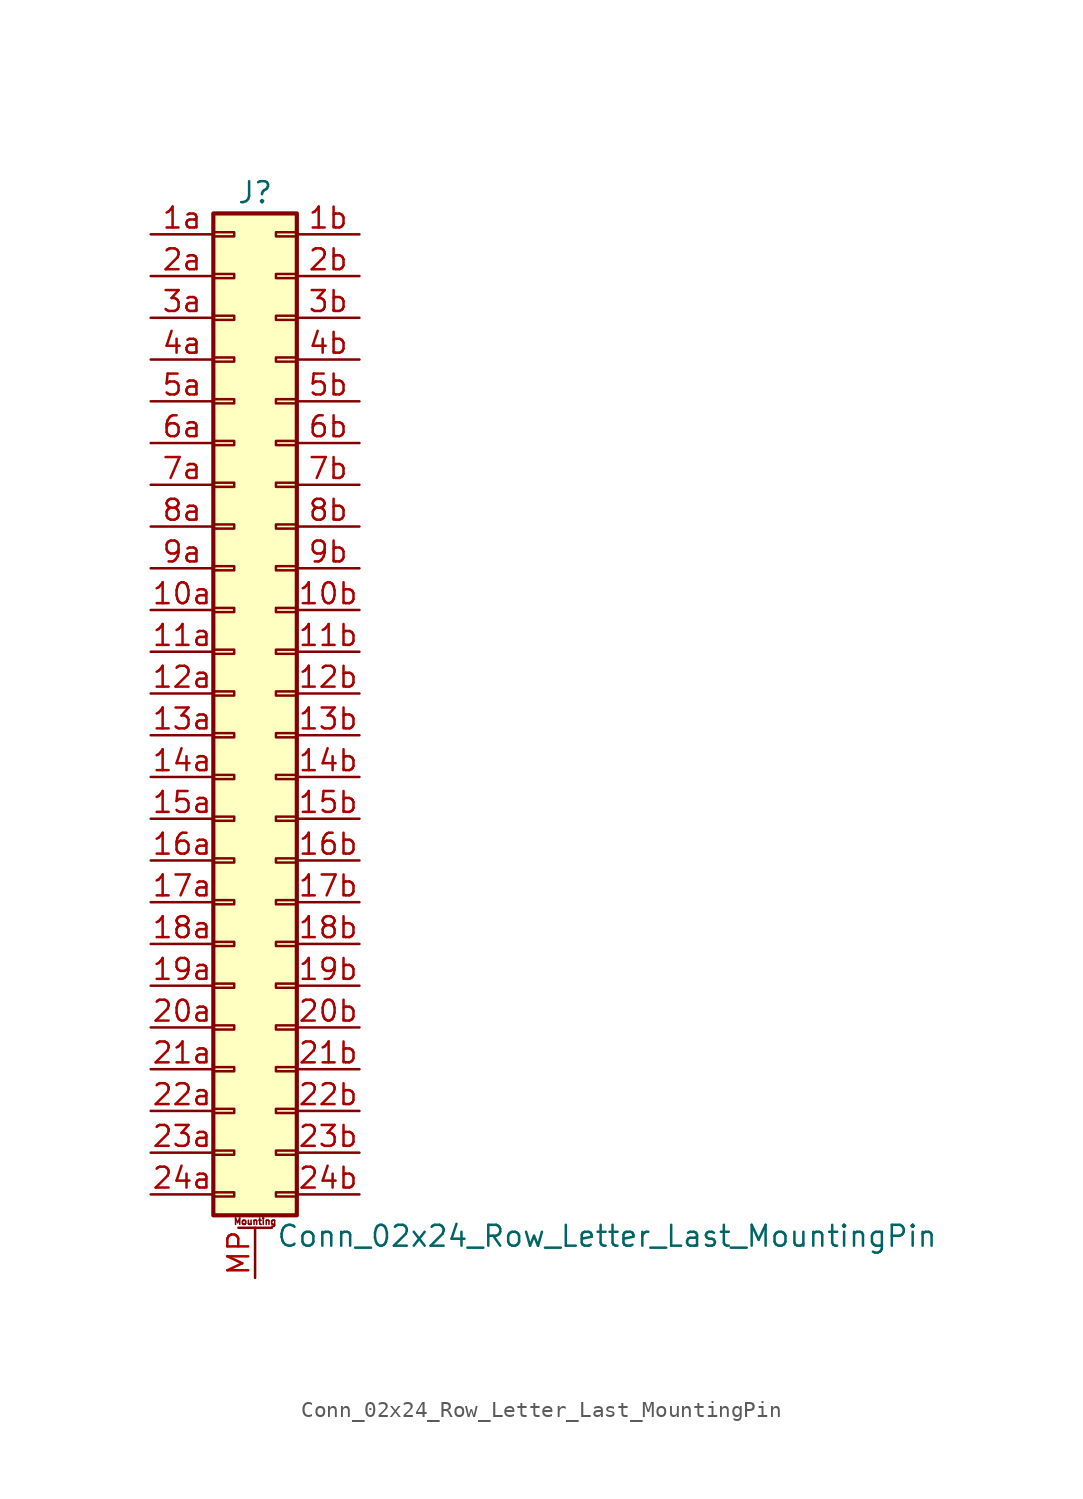
<source format=kicad_sym>
(kicad_symbol_lib
  (version 20201005)
  (generator kicad_symbol_editor)
  (symbol "Conn_02x24_Row_Letter_Last_MountingPin"
    (pin_names
      (offset 1.016) hide)
    (property "Reference" "J"
      (at 1.27 30.48 0)
      (effects (font (size 1.27 1.27))))
    (property "Value" "Conn_02x24_Row_Letter_Last_MountingPin"
      (at 2.54 -33.02 0)
      (effects (font (size 1.27 1.27)) (justify left)))
    (symbol "Conn_02x24_Row_Letter_Last_MountingPin_1_1"
      (text "Mounting" (at 1.27 -32.131 0) (effects (font (size 0.381 0.381))))
      (rectangle (start -1.27 -30.353) (end 0 -30.607) (stroke (width 0.152)) (fill (type none)))
      (rectangle (start -1.27 -27.813) (end 0 -28.067) (stroke (width 0.152)) (fill (type none)))
      (rectangle (start -1.27 -25.273) (end 0 -25.527) (stroke (width 0.152)) (fill (type none)))
      (rectangle (start -1.27 -22.733) (end 0 -22.987) (stroke (width 0.152)) (fill (type none)))
      (rectangle (start -1.27 -20.193) (end 0 -20.447) (stroke (width 0.152)) (fill (type none)))
      (rectangle (start -1.27 -17.653) (end 0 -17.907) (stroke (width 0.152)) (fill (type none)))
      (rectangle (start -1.27 -15.113) (end 0 -15.367) (stroke (width 0.152)) (fill (type none)))
      (rectangle (start -1.27 -12.573) (end 0 -12.827) (stroke (width 0.152)) (fill (type none)))
      (rectangle (start -1.27 -10.033) (end 0 -10.287) (stroke (width 0.152)) (fill (type none)))
      (rectangle (start -1.27 -7.493) (end 0 -7.747) (stroke (width 0.152)) (fill (type none)))
      (rectangle (start -1.27 -4.953) (end 0 -5.207) (stroke (width 0.152)) (fill (type none)))
      (rectangle (start -1.27 -2.413) (end 0 -2.667) (stroke (width 0.152)) (fill (type none)))
      (rectangle (start -1.27 0.127) (end 0 -0.127) (stroke (width 0.152)) (fill (type none)))
      (rectangle (start -1.27 2.667) (end 0 2.413) (stroke (width 0.152)) (fill (type none)))
      (rectangle (start -1.27 5.207) (end 0 4.953) (stroke (width 0.152)) (fill (type none)))
      (rectangle (start -1.27 7.747) (end 0 7.493) (stroke (width 0.152)) (fill (type none)))
      (rectangle (start -1.27 10.287) (end 0 10.033) (stroke (width 0.152)) (fill (type none)))
      (rectangle (start -1.27 12.827) (end 0 12.573) (stroke (width 0.152)) (fill (type none)))
      (rectangle (start -1.27 15.367) (end 0 15.113) (stroke (width 0.152)) (fill (type none)))
      (rectangle (start -1.27 17.907) (end 0 17.653) (stroke (width 0.152)) (fill (type none)))
      (rectangle (start -1.27 20.447) (end 0 20.193) (stroke (width 0.152)) (fill (type none)))
      (rectangle (start -1.27 22.987) (end 0 22.733) (stroke (width 0.152)) (fill (type none)))
      (rectangle (start -1.27 25.527) (end 0 25.273) (stroke (width 0.152)) (fill (type none)))
      (rectangle (start -1.27 28.067) (end 0 27.813) (stroke (width 0.152)) (fill (type none)))
      (rectangle (start 3.81 -30.353) (end 2.54 -30.607) (stroke (width 0.152)) (fill (type none)))
      (rectangle (start 3.81 -27.813) (end 2.54 -28.067) (stroke (width 0.152)) (fill (type none)))
      (rectangle (start 3.81 -25.273) (end 2.54 -25.527) (stroke (width 0.152)) (fill (type none)))
      (rectangle (start 3.81 -22.733) (end 2.54 -22.987) (stroke (width 0.152)) (fill (type none)))
      (rectangle (start 3.81 -20.193) (end 2.54 -20.447) (stroke (width 0.152)) (fill (type none)))
      (rectangle (start 3.81 -17.653) (end 2.54 -17.907) (stroke (width 0.152)) (fill (type none)))
      (rectangle (start 3.81 -15.113) (end 2.54 -15.367) (stroke (width 0.152)) (fill (type none)))
      (rectangle (start 3.81 -12.573) (end 2.54 -12.827) (stroke (width 0.152)) (fill (type none)))
      (rectangle (start 3.81 -10.033) (end 2.54 -10.287) (stroke (width 0.152)) (fill (type none)))
      (rectangle (start 3.81 -7.493) (end 2.54 -7.747) (stroke (width 0.152)) (fill (type none)))
      (rectangle (start 3.81 -4.953) (end 2.54 -5.207) (stroke (width 0.152)) (fill (type none)))
      (rectangle (start 3.81 -2.413) (end 2.54 -2.667) (stroke (width 0.152)) (fill (type none)))
      (rectangle (start 3.81 0.127) (end 2.54 -0.127) (stroke (width 0.152)) (fill (type none)))
      (rectangle (start 3.81 2.667) (end 2.54 2.413) (stroke (width 0.152)) (fill (type none)))
      (rectangle (start 3.81 5.207) (end 2.54 4.953) (stroke (width 0.152)) (fill (type none)))
      (rectangle (start 3.81 7.747) (end 2.54 7.493) (stroke (width 0.152)) (fill (type none)))
      (rectangle (start 3.81 10.287) (end 2.54 10.033) (stroke (width 0.152)) (fill (type none)))
      (rectangle (start 3.81 12.827) (end 2.54 12.573) (stroke (width 0.152)) (fill (type none)))
      (rectangle (start 3.81 15.367) (end 2.54 15.113) (stroke (width 0.152)) (fill (type none)))
      (rectangle (start 3.81 17.907) (end 2.54 17.653) (stroke (width 0.152)) (fill (type none)))
      (rectangle (start 3.81 20.447) (end 2.54 20.193) (stroke (width 0.152)) (fill (type none)))
      (rectangle (start 3.81 22.987) (end 2.54 22.733) (stroke (width 0.152)) (fill (type none)))
      (rectangle (start 3.81 25.527) (end 2.54 25.273) (stroke (width 0.152)) (fill (type none)))
      (rectangle (start 3.81 28.067) (end 2.54 27.813) (stroke (width 0.152)) (fill (type none)))
      (rectangle (start -1.27 29.21) (end 3.81 -31.75) (stroke (width 0.254)) (fill (type background)))
      (polyline (pts (xy 0.254 -32.512) (xy 2.286 -32.512)) (stroke (width 0.152)) (fill (type none)))
      (pin passive line (at -5.08 5.08 0) (length 3.81) (name "Pin_10a" (effects (font (size 1.27 1.27)))) (number "10a" (effects (font (size 1.27 1.27)))))
      (pin passive line (at 7.62 5.08 180) (length 3.81) (name "Pin_10b" (effects (font (size 1.27 1.27)))) (number "10b" (effects (font (size 1.27 1.27)))))
      (pin passive line (at -5.08 2.54 0) (length 3.81) (name "Pin_11a" (effects (font (size 1.27 1.27)))) (number "11a" (effects (font (size 1.27 1.27)))))
      (pin passive line (at 7.62 2.54 180) (length 3.81) (name "Pin_11b" (effects (font (size 1.27 1.27)))) (number "11b" (effects (font (size 1.27 1.27)))))
      (pin passive line (at -5.08 0 0) (length 3.81) (name "Pin_12a" (effects (font (size 1.27 1.27)))) (number "12a" (effects (font (size 1.27 1.27)))))
      (pin passive line (at 7.62 0 180) (length 3.81) (name "Pin_12b" (effects (font (size 1.27 1.27)))) (number "12b" (effects (font (size 1.27 1.27)))))
      (pin passive line (at -5.08 -2.54 0) (length 3.81) (name "Pin_13a" (effects (font (size 1.27 1.27)))) (number "13a" (effects (font (size 1.27 1.27)))))
      (pin passive line (at 7.62 -2.54 180) (length 3.81) (name "Pin_13b" (effects (font (size 1.27 1.27)))) (number "13b" (effects (font (size 1.27 1.27)))))
      (pin passive line (at -5.08 -5.08 0) (length 3.81) (name "Pin_14a" (effects (font (size 1.27 1.27)))) (number "14a" (effects (font (size 1.27 1.27)))))
      (pin passive line (at 7.62 -5.08 180) (length 3.81) (name "Pin_14b" (effects (font (size 1.27 1.27)))) (number "14b" (effects (font (size 1.27 1.27)))))
      (pin passive line (at -5.08 -7.62 0) (length 3.81) (name "Pin_15a" (effects (font (size 1.27 1.27)))) (number "15a" (effects (font (size 1.27 1.27)))))
      (pin passive line (at 7.62 -7.62 180) (length 3.81) (name "Pin_15b" (effects (font (size 1.27 1.27)))) (number "15b" (effects (font (size 1.27 1.27)))))
      (pin passive line (at -5.08 -10.16 0) (length 3.81) (name "Pin_16a" (effects (font (size 1.27 1.27)))) (number "16a" (effects (font (size 1.27 1.27)))))
      (pin passive line (at 7.62 -10.16 180) (length 3.81) (name "Pin_16b" (effects (font (size 1.27 1.27)))) (number "16b" (effects (font (size 1.27 1.27)))))
      (pin passive line (at -5.08 -12.7 0) (length 3.81) (name "Pin_17a" (effects (font (size 1.27 1.27)))) (number "17a" (effects (font (size 1.27 1.27)))))
      (pin passive line (at 7.62 -12.7 180) (length 3.81) (name "Pin_17b" (effects (font (size 1.27 1.27)))) (number "17b" (effects (font (size 1.27 1.27)))))
      (pin passive line (at -5.08 -15.24 0) (length 3.81) (name "Pin_18a" (effects (font (size 1.27 1.27)))) (number "18a" (effects (font (size 1.27 1.27)))))
      (pin passive line (at 7.62 -15.24 180) (length 3.81) (name "Pin_18b" (effects (font (size 1.27 1.27)))) (number "18b" (effects (font (size 1.27 1.27)))))
      (pin passive line (at -5.08 -17.78 0) (length 3.81) (name "Pin_19a" (effects (font (size 1.27 1.27)))) (number "19a" (effects (font (size 1.27 1.27)))))
      (pin passive line (at 7.62 -17.78 180) (length 3.81) (name "Pin_19b" (effects (font (size 1.27 1.27)))) (number "19b" (effects (font (size 1.27 1.27)))))
      (pin passive line (at -5.08 27.94 0) (length 3.81) (name "Pin_1a" (effects (font (size 1.27 1.27)))) (number "1a" (effects (font (size 1.27 1.27)))))
      (pin passive line (at 7.62 27.94 180) (length 3.81) (name "Pin_1b" (effects (font (size 1.27 1.27)))) (number "1b" (effects (font (size 1.27 1.27)))))
      (pin passive line (at -5.08 -20.32 0) (length 3.81) (name "Pin_20a" (effects (font (size 1.27 1.27)))) (number "20a" (effects (font (size 1.27 1.27)))))
      (pin passive line (at 7.62 -20.32 180) (length 3.81) (name "Pin_20b" (effects (font (size 1.27 1.27)))) (number "20b" (effects (font (size 1.27 1.27)))))
      (pin passive line (at -5.08 -22.86 0) (length 3.81) (name "Pin_21a" (effects (font (size 1.27 1.27)))) (number "21a" (effects (font (size 1.27 1.27)))))
      (pin passive line (at 7.62 -22.86 180) (length 3.81) (name "Pin_21b" (effects (font (size 1.27 1.27)))) (number "21b" (effects (font (size 1.27 1.27)))))
      (pin passive line (at -5.08 -25.4 0) (length 3.81) (name "Pin_22a" (effects (font (size 1.27 1.27)))) (number "22a" (effects (font (size 1.27 1.27)))))
      (pin passive line (at 7.62 -25.4 180) (length 3.81) (name "Pin_22b" (effects (font (size 1.27 1.27)))) (number "22b" (effects (font (size 1.27 1.27)))))
      (pin passive line (at -5.08 -27.94 0) (length 3.81) (name "Pin_23a" (effects (font (size 1.27 1.27)))) (number "23a" (effects (font (size 1.27 1.27)))))
      (pin passive line (at 7.62 -27.94 180) (length 3.81) (name "Pin_23b" (effects (font (size 1.27 1.27)))) (number "23b" (effects (font (size 1.27 1.27)))))
      (pin passive line (at -5.08 -30.48 0) (length 3.81) (name "Pin_24a" (effects (font (size 1.27 1.27)))) (number "24a" (effects (font (size 1.27 1.27)))))
      (pin passive line (at 7.62 -30.48 180) (length 3.81) (name "Pin_24b" (effects (font (size 1.27 1.27)))) (number "24b" (effects (font (size 1.27 1.27)))))
      (pin passive line (at -5.08 25.4 0) (length 3.81) (name "Pin_2a" (effects (font (size 1.27 1.27)))) (number "2a" (effects (font (size 1.27 1.27)))))
      (pin passive line (at 7.62 25.4 180) (length 3.81) (name "Pin_2b" (effects (font (size 1.27 1.27)))) (number "2b" (effects (font (size 1.27 1.27)))))
      (pin passive line (at -5.08 22.86 0) (length 3.81) (name "Pin_3a" (effects (font (size 1.27 1.27)))) (number "3a" (effects (font (size 1.27 1.27)))))
      (pin passive line (at 7.62 22.86 180) (length 3.81) (name "Pin_3b" (effects (font (size 1.27 1.27)))) (number "3b" (effects (font (size 1.27 1.27)))))
      (pin passive line (at -5.08 20.32 0) (length 3.81) (name "Pin_4a" (effects (font (size 1.27 1.27)))) (number "4a" (effects (font (size 1.27 1.27)))))
      (pin passive line (at 7.62 20.32 180) (length 3.81) (name "Pin_4b" (effects (font (size 1.27 1.27)))) (number "4b" (effects (font (size 1.27 1.27)))))
      (pin passive line (at -5.08 17.78 0) (length 3.81) (name "Pin_5a" (effects (font (size 1.27 1.27)))) (number "5a" (effects (font (size 1.27 1.27)))))
      (pin passive line (at 7.62 17.78 180) (length 3.81) (name "Pin_5b" (effects (font (size 1.27 1.27)))) (number "5b" (effects (font (size 1.27 1.27)))))
      (pin passive line (at -5.08 15.24 0) (length 3.81) (name "Pin_6a" (effects (font (size 1.27 1.27)))) (number "6a" (effects (font (size 1.27 1.27)))))
      (pin passive line (at 7.62 15.24 180) (length 3.81) (name "Pin_6b" (effects (font (size 1.27 1.27)))) (number "6b" (effects (font (size 1.27 1.27)))))
      (pin passive line (at -5.08 12.7 0) (length 3.81) (name "Pin_7a" (effects (font (size 1.27 1.27)))) (number "7a" (effects (font (size 1.27 1.27)))))
      (pin passive line (at 7.62 12.7 180) (length 3.81) (name "Pin_7b" (effects (font (size 1.27 1.27)))) (number "7b" (effects (font (size 1.27 1.27)))))
      (pin passive line (at -5.08 10.16 0) (length 3.81) (name "Pin_8a" (effects (font (size 1.27 1.27)))) (number "8a" (effects (font (size 1.27 1.27)))))
      (pin passive line (at 7.62 10.16 180) (length 3.81) (name "Pin_8b" (effects (font (size 1.27 1.27)))) (number "8b" (effects (font (size 1.27 1.27)))))
      (pin passive line (at -5.08 7.62 0) (length 3.81) (name "Pin_9a" (effects (font (size 1.27 1.27)))) (number "9a" (effects (font (size 1.27 1.27)))))
      (pin passive line (at 7.62 7.62 180) (length 3.81) (name "Pin_9b" (effects (font (size 1.27 1.27)))) (number "9b" (effects (font (size 1.27 1.27)))))
      (pin passive line (at 1.27 -35.56 90) (length 3.048) (name "MountPin" (effects (font (size 1.27 1.27)))) (number "MP" (effects (font (size 1.27 1.27))))))))
</source>
